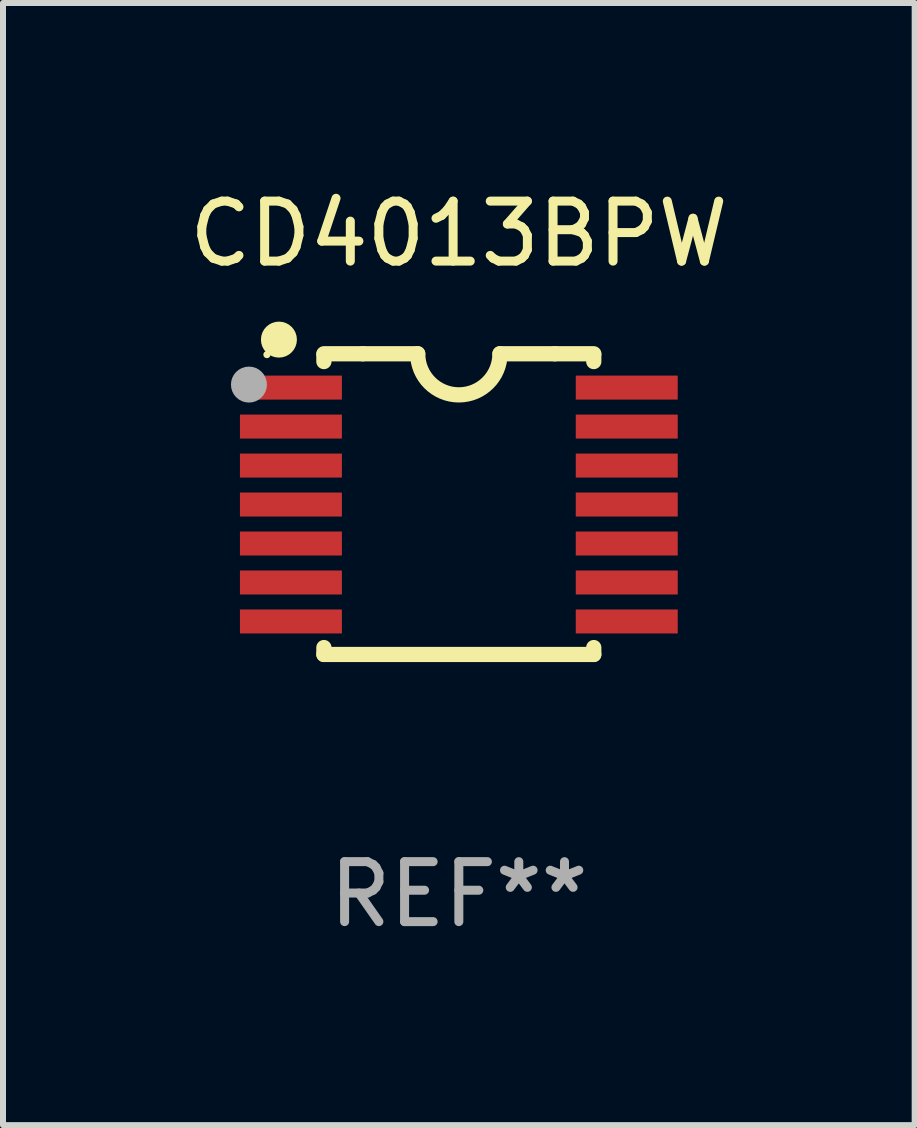
<source format=kicad_pcb>
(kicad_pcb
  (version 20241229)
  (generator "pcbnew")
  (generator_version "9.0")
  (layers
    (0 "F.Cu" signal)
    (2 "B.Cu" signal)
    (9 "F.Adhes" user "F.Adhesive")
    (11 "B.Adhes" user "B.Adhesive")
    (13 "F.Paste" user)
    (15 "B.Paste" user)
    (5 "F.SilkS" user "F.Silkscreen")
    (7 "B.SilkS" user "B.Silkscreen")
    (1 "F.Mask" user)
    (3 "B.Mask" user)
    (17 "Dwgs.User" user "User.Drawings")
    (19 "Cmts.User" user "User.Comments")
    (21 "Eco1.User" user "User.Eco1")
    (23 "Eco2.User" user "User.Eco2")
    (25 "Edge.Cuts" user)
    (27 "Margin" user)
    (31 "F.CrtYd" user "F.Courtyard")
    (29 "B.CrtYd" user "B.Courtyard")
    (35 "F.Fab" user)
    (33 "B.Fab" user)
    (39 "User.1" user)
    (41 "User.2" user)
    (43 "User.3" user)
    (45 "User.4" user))
  (footprint "CD4013BPW"
    (layer "F.Cu")
    (at 4.601 5.356)
    (property "Reference" "CD4013BPW" (at 0 -4.507 0) (layer "F.SilkS") (effects (font (size 1 1) (thickness 0.15))))
    (attr through_hole)
    (fp_line (start -2.25 -2.377) (end -2.25 -2.493) (stroke (width 0.254) (type solid)) (layer "F.SilkS"))
    (fp_line (start -2.25 2.507) (end -2.25 2.392) (stroke (width 0.254) (type solid)) (layer "F.SilkS"))
    (fp_line (start -1.6 -2.507) (end -2.25 -2.507) (stroke (width 0.254) (type solid)) (layer "F.SilkS"))
    (fp_line (start -1.6 -2.507) (end -0.686 -2.507) (stroke (width 0.254) (type solid)) (layer "F.SilkS"))
    (fp_line (start 0.686 -2.507) (end 1.6 -2.507) (stroke (width 0.254) (type solid)) (layer "F.SilkS"))
    (fp_line (start 1.6 -2.507) (end 2.25 -2.507) (stroke (width 0.254) (type solid)) (layer "F.SilkS"))
    (fp_line (start 2.25 -2.493) (end 2.25 -2.377) (stroke (width 0.254) (type solid)) (layer "F.SilkS"))
    (fp_line (start 2.25 2.392) (end 2.25 2.507) (stroke (width 0.254) (type solid)) (layer "F.SilkS"))
    (fp_line (start 2.25 2.507) (end -2.25 2.507) (stroke (width 0.254) (type solid)) (layer "F.SilkS"))
    (fp_arc (start 0.685852 -2.507303) (mid 0.000051 -1.821502) (end -0.68575 -2.507303) (stroke (width 0.254001) (type solid)) (layer "F.SilkS"))
    (fp_circle (center -3.2 -2.493) (end -3.17 -2.493) (stroke (width 0.06) (type solid)) (fill no) (layer "F.SilkS"))
    (fp_circle (center -3 -2.743) (end -2.85 -2.743) (stroke (width 0.3) (type solid)) (fill no) (layer "F.SilkS"))
    (fp_circle (center -3.5 -1.993) (end -3.35 -1.993) (stroke (width 0.3) (type solid)) (fill no) (layer "F.Fab"))
    (fp_text user "REF**" (at 0 6.507 0) (layer "F.Fab") (effects (font (size 1 1) (thickness 0.15))))
    (pad "1" smd rect (at -2.8 -1.943) (size 1.7 0.4) (layers "F.Cu" "F.Mask" "F.Paste"))
    (pad "2" smd rect (at -2.8 -1.293) (size 1.7 0.4) (layers "F.Cu" "F.Mask" "F.Paste"))
    (pad "3" smd rect (at -2.8 -0.643) (size 1.7 0.4) (layers "F.Cu" "F.Mask" "F.Paste"))
    (pad "4" smd rect (at -2.8 0.007) (size 1.7 0.4) (layers "F.Cu" "F.Mask" "F.Paste"))
    (pad "5" smd rect (at -2.8 0.657) (size 1.7 0.4) (layers "F.Cu" "F.Mask" "F.Paste"))
    (pad "6" smd rect (at -2.8 1.307) (size 1.7 0.4) (layers "F.Cu" "F.Mask" "F.Paste"))
    (pad "7" smd rect (at -2.8 1.957) (size 1.7 0.4) (layers "F.Cu" "F.Mask" "F.Paste"))
    (pad "8" smd rect (at 2.8 1.957) (size 1.7 0.4) (layers "F.Cu" "F.Mask" "F.Paste"))
    (pad "9" smd rect (at 2.8 1.307) (size 1.7 0.4) (layers "F.Cu" "F.Mask" "F.Paste"))
    (pad "10" smd rect (at 2.8 0.657) (size 1.7 0.4) (layers "F.Cu" "F.Mask" "F.Paste"))
    (pad "11" smd rect (at 2.8 0.007) (size 1.7 0.4) (layers "F.Cu" "F.Mask" "F.Paste"))
    (pad "12" smd rect (at 2.8 -0.643) (size 1.7 0.4) (layers "F.Cu" "F.Mask" "F.Paste"))
    (pad "13" smd rect (at 2.8 -1.293) (size 1.7 0.4) (layers "F.Cu" "F.Mask" "F.Paste"))
    (pad "14" smd rect (at 2.8 -1.943) (size 1.7 0.4) (layers "F.Cu" "F.Mask" "F.Paste")))
  (gr_rect
    (start -3 -3)
    (end 12.202 15.711)
    (stroke (width 0.1) (type default))
    (fill no)
    (layer "Edge.Cuts")))
</source>
